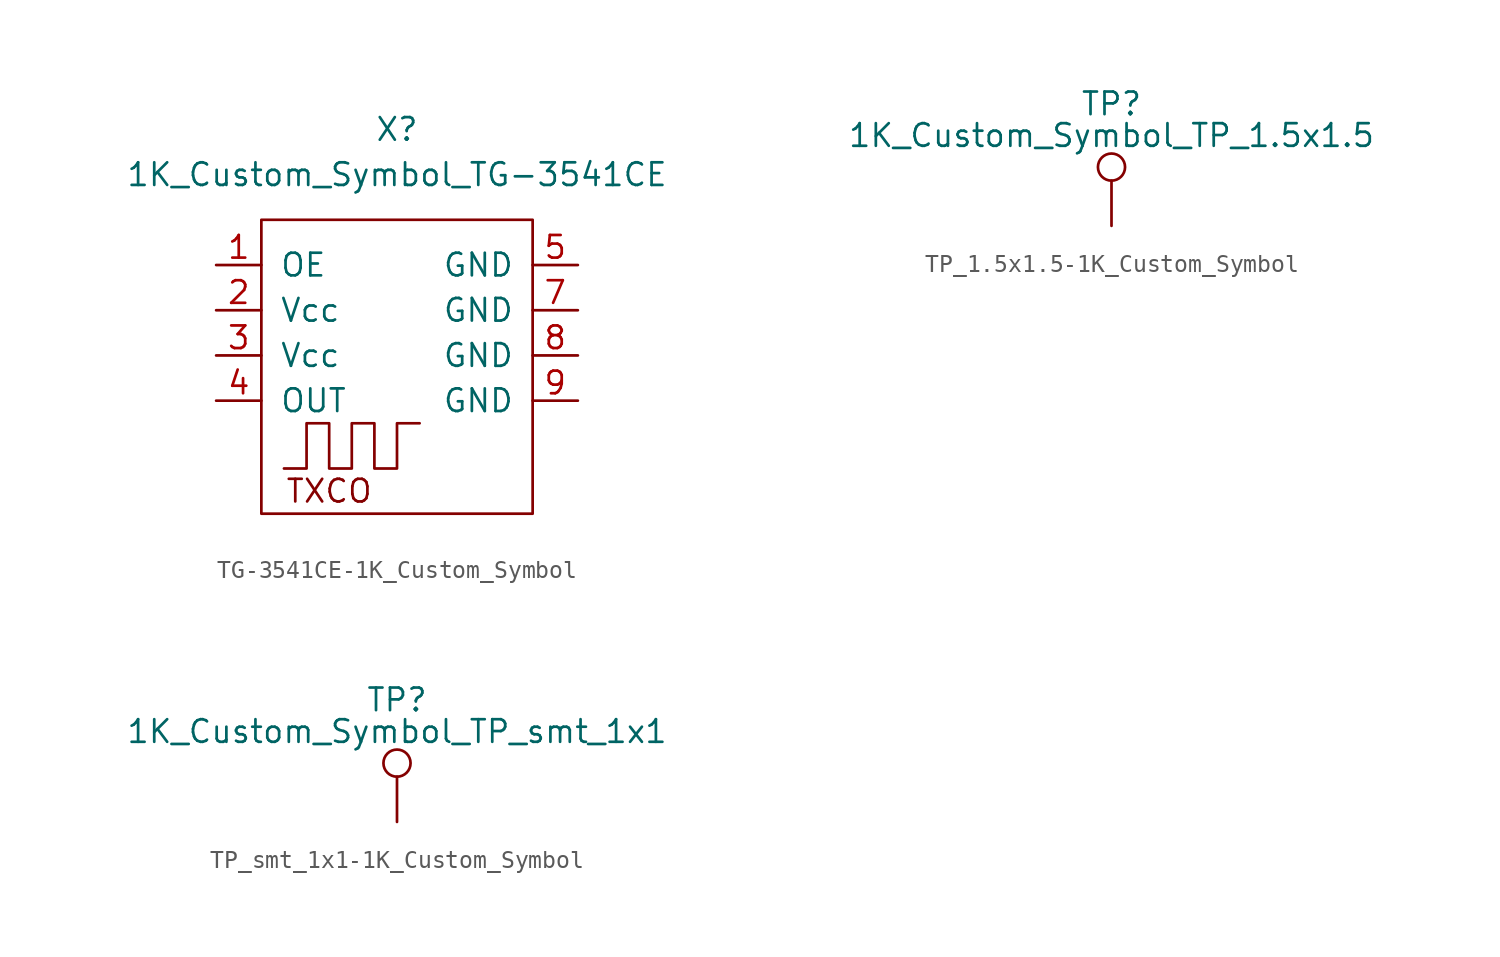
<source format=kicad_sym>
(kicad_symbol_lib
  (version 20231120)
  (generator "kicad_symbol_editor")
  (generator_version "8.0")
  (symbol "TG-3541CE-1K_Custom_Symbol"
    (pin_names
      (offset 1.016))
    (property "Reference" "X"
      (at 0 11.43 0)
      (effects (font (size 1.27 1.27))))
    (property "Value" "1K_Custom_Symbol_TG-3541CE"
      (at 0 8.89 0)
      (effects (font (size 1.27 1.27))))
    (symbol "TG-3541CE-1K_Custom_Symbol_0_0"
      (text "TXCO" (at -3.81 -8.89 0) (effects (font (size 1.27 1.27)))))
    (symbol "TG-3541CE-1K_Custom_Symbol_0_1"
      (rectangle (start -7.62 6.35) (end 7.62 -10.16) (stroke (width 0) (type solid)) (fill (type none)))
      (polyline (pts (xy -6.35 -7.62) (xy -5.08 -7.62) (xy -5.08 -5.08) (xy -3.81 -5.08) (xy -3.81 -7.62) (xy -2.54 -7.62) (xy -2.54 -5.08) (xy -1.27 -5.08) (xy -1.27 -7.62) (xy 0 -7.62) (xy 0 -5.08) (xy 1.27 -5.08)) (stroke (width 0) (type solid)) (fill (type none))))
    (symbol "TG-3541CE-1K_Custom_Symbol_1_1"
      (pin input line (at -10.16 3.81 0) (length 2.54) (name "OE" (effects (font (size 1.27 1.27)))) (number "1" (effects (font (size 1.27 1.27)))))
      (pin no_connect line (at 10.16 -8.89 180) (length 2.54) hide (name "NC" (effects (font (size 1.27 1.27)))) (number "10" (effects (font (size 1.27 1.27)))))
      (pin input line (at -10.16 1.27 0) (length 2.54) (name "Vcc" (effects (font (size 1.27 1.27)))) (number "2" (effects (font (size 1.27 1.27)))))
      (pin input line (at -10.16 -1.27 0) (length 2.54) (name "Vcc" (effects (font (size 1.27 1.27)))) (number "3" (effects (font (size 1.27 1.27)))))
      (pin input line (at -10.16 -3.81 0) (length 2.54) (name "OUT" (effects (font (size 1.27 1.27)))) (number "4" (effects (font (size 1.27 1.27)))))
      (pin input line (at 10.16 3.81 180) (length 2.54) (name "GND" (effects (font (size 1.27 1.27)))) (number "5" (effects (font (size 1.27 1.27)))))
      (pin no_connect line (at 10.16 -6.35 180) (length 2.54) hide (name "NC" (effects (font (size 1.27 1.27)))) (number "6" (effects (font (size 1.27 1.27)))))
      (pin input line (at 10.16 1.27 180) (length 2.54) (name "GND" (effects (font (size 1.27 1.27)))) (number "7" (effects (font (size 1.27 1.27)))))
      (pin input line (at 10.16 -1.27 180) (length 2.54) (name "GND" (effects (font (size 1.27 1.27)))) (number "8" (effects (font (size 1.27 1.27)))))
      (pin input line (at 10.16 -3.81 180) (length 2.54) (name "GND" (effects (font (size 1.27 1.27)))) (number "9" (effects (font (size 1.27 1.27)))))))
  (symbol "TP_1.5x1.5-1K_Custom_Symbol"
    (pin_numbers hide)
    (pin_names
      (offset 0.762) hide)
    (property "Reference" "TP"
      (at 0 6.858 0)
      (effects (font (size 1.27 1.27))))
    (property "Value" "1K_Custom_Symbol_TP_1.5x1.5"
      (at 0 5.08 0)
      (effects (font (size 1.27 1.27))))
    (symbol "TP_1.5x1.5-1K_Custom_Symbol_0_1"
      (circle (center 0 3.302) (radius 0.762) (stroke (width 0) (type solid)) (fill (type none))))
    (symbol "TP_1.5x1.5-1K_Custom_Symbol_1_1"
      (pin passive line (at 0 0 90) (length 2.54) (name "1" (effects (font (size 1.27 1.27)))) (number "1" (effects (font (size 1.27 1.27)))))))
  (symbol "TP_smt_1x1-1K_Custom_Symbol"
    (pin_numbers hide)
    (pin_names
      (offset 0.762) hide)
    (property "Reference" "TP"
      (at 0 6.858 0)
      (effects (font (size 1.27 1.27))))
    (property "Value" "1K_Custom_Symbol_TP_smt_1x1"
      (at 0 5.08 0)
      (effects (font (size 1.27 1.27))))
    (symbol "TP_smt_1x1-1K_Custom_Symbol_0_1"
      (circle (center 0 3.302) (radius 0.762) (stroke (width 0) (type solid)) (fill (type none))))
    (symbol "TP_smt_1x1-1K_Custom_Symbol_1_1"
      (pin passive line (at 0 0 90) (length 2.54) (name "1" (effects (font (size 1.27 1.27)))) (number "1" (effects (font (size 1.27 1.27))))))))
</source>
